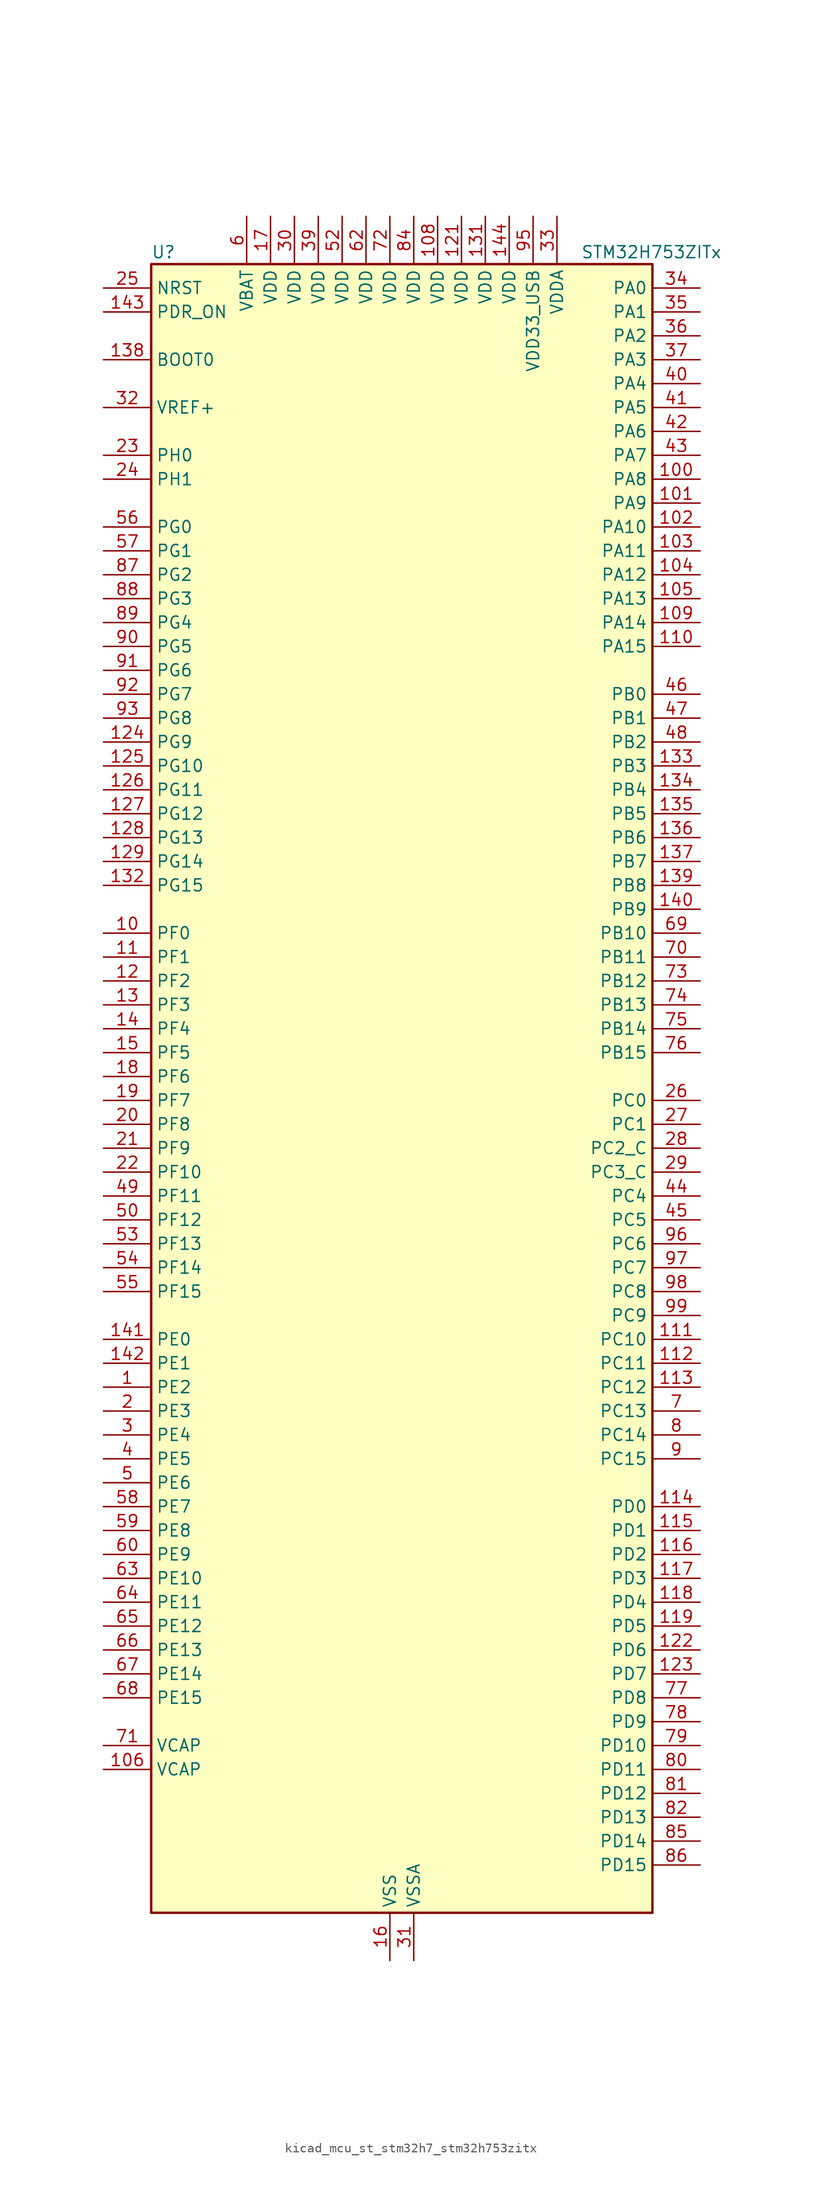
<source format=kicad_sym>
(kicad_symbol_lib
  (version 20220914)
  (generator kicad_symbol_editor)
  (symbol "kicad_mcu_st_stm32h7_stm32h753zitx"
    (property "Reference" "U"
      (at -25.4 90.17 0)
      (effects (font (size 1.27 1.27)) (justify left)))
    (property "Value" "STM32H753ZITx"
      (at 20.32 90.17 0)
      (effects (font (size 1.27 1.27)) (justify left)))
    (property "ki_locked" ""
      (at 0 0 0)
      (effects (font (size 1.27 1.27))))
    (symbol "kicad_mcu_st_stm32h7_stm32h753zitx_0_1"
      (rectangle (start -25.4 -86.36) (end 27.94 88.9) (stroke (width 0.254) (type default)) (fill (type background))))
    (symbol "kicad_mcu_st_stm32h7_stm32h753zitx_1_1"
      (pin bidirectional line (at -30.48 -30.48 0) (length 5.08) (name "PE2" (effects (font (size 1.27 1.27)))) (number "1" (effects (font (size 1.27 1.27)))) (alternate "DEBUG_TRACECLK" bidirectional line) (alternate "ETH_TXD3" bidirectional line) (alternate "FMC_A23" bidirectional line) (alternate "QUADSPI_BK1_IO2" bidirectional line) (alternate "SAI1_CK1" bidirectional line) (alternate "SAI1_MCLK_A" bidirectional line) (alternate "SAI4_CK1" bidirectional line) (alternate "SAI4_MCLK_A" bidirectional line) (alternate "SPI4_SCK" bidirectional line))
      (pin bidirectional line (at -30.48 17.78 0) (length 5.08) (name "PF0" (effects (font (size 1.27 1.27)))) (number "10" (effects (font (size 1.27 1.27)))) (alternate "FMC_A0" bidirectional line) (alternate "I2C2_SDA" bidirectional line))
      (pin bidirectional line (at 33.02 66.04 180) (length 5.08) (name "PA8" (effects (font (size 1.27 1.27)))) (number "100" (effects (font (size 1.27 1.27)))) (alternate "HRTIM_CHB2" bidirectional line) (alternate "I2C3_SCL" bidirectional line) (alternate "LTDC_B3" bidirectional line) (alternate "LTDC_R6" bidirectional line) (alternate "RCC_MCO_1" bidirectional line) (alternate "TIM1_CH1" bidirectional line) (alternate "TIM8_BKIN2" bidirectional line) (alternate "TIM8_BKIN2_COMP1" bidirectional line) (alternate "TIM8_BKIN2_COMP2" bidirectional line) (alternate "UART7_RX" bidirectional line) (alternate "USART1_CK" bidirectional line) (alternate "USB_OTG_FS_SOF" bidirectional line))
      (pin bidirectional line (at 33.02 63.5 180) (length 5.08) (name "PA9" (effects (font (size 1.27 1.27)))) (number "101" (effects (font (size 1.27 1.27)))) (alternate "DAC1_EXTI9" bidirectional line) (alternate "DCMI_D0" bidirectional line) (alternate "HRTIM_CHC1" bidirectional line) (alternate "I2C3_SMBA" bidirectional line) (alternate "I2S2_CK" bidirectional line) (alternate "LPUART1_TX" bidirectional line) (alternate "LTDC_R5" bidirectional line) (alternate "SPI2_SCK" bidirectional line) (alternate "TIM1_CH2" bidirectional line) (alternate "USART1_TX" bidirectional line) (alternate "USB_OTG_FS_VBUS" bidirectional line))
      (pin bidirectional line (at 33.02 60.96 180) (length 5.08) (name "PA10" (effects (font (size 1.27 1.27)))) (number "102" (effects (font (size 1.27 1.27)))) (alternate "DCMI_D1" bidirectional line) (alternate "HRTIM_CHC2" bidirectional line) (alternate "LPUART1_RX" bidirectional line) (alternate "LTDC_B1" bidirectional line) (alternate "LTDC_B4" bidirectional line) (alternate "MDIOS_MDIO" bidirectional line) (alternate "TIM1_CH3" bidirectional line) (alternate "USART1_RX" bidirectional line) (alternate "USB_OTG_FS_ID" bidirectional line))
      (pin bidirectional line (at 33.02 58.42 180) (length 5.08) (name "PA11" (effects (font (size 1.27 1.27)))) (number "103" (effects (font (size 1.27 1.27)))) (alternate "ADC1_EXTI11" bidirectional line) (alternate "ADC2_EXTI11" bidirectional line) (alternate "ADC3_EXTI11" bidirectional line) (alternate "FDCAN1_RX" bidirectional line) (alternate "HRTIM_CHD1" bidirectional line) (alternate "I2S2_WS" bidirectional line) (alternate "LPUART1_CTS" bidirectional line) (alternate "LTDC_R4" bidirectional line) (alternate "SPI2_NSS" bidirectional line) (alternate "TIM1_CH4" bidirectional line) (alternate "UART4_RX" bidirectional line) (alternate "USART1_CTS" bidirectional line) (alternate "USART1_NSS" bidirectional line) (alternate "USB_OTG_FS_DM" bidirectional line))
      (pin bidirectional line (at 33.02 55.88 180) (length 5.08) (name "PA12" (effects (font (size 1.27 1.27)))) (number "104" (effects (font (size 1.27 1.27)))) (alternate "FDCAN1_TX" bidirectional line) (alternate "HRTIM_CHD2" bidirectional line) (alternate "I2S2_CK" bidirectional line) (alternate "LPUART1_DE" bidirectional line) (alternate "LPUART1_RTS" bidirectional line) (alternate "LTDC_R5" bidirectional line) (alternate "SAI2_FS_B" bidirectional line) (alternate "SPI2_SCK" bidirectional line) (alternate "TIM1_ETR" bidirectional line) (alternate "UART4_TX" bidirectional line) (alternate "USART1_DE" bidirectional line) (alternate "USART1_RTS" bidirectional line) (alternate "USB_OTG_FS_DP" bidirectional line))
      (pin bidirectional line (at 33.02 53.34 180) (length 5.08) (name "PA13" (effects (font (size 1.27 1.27)))) (number "105" (effects (font (size 1.27 1.27)))) (alternate "DEBUG_JTMS-SWDIO" bidirectional line))
      (pin power_out line (at -30.48 -71.12 0) (length 5.08) (name "VCAP" (effects (font (size 1.27 1.27)))) (number "106" (effects (font (size 1.27 1.27)))))
      (pin passive line (at 0 -91.44 90) (length 5.08) hide (name "VSS" (effects (font (size 1.27 1.27)))) (number "107" (effects (font (size 1.27 1.27)))))
      (pin power_in line (at 5.08 93.98 270) (length 5.08) (name "VDD" (effects (font (size 1.27 1.27)))) (number "108" (effects (font (size 1.27 1.27)))))
      (pin bidirectional line (at 33.02 50.8 180) (length 5.08) (name "PA14" (effects (font (size 1.27 1.27)))) (number "109" (effects (font (size 1.27 1.27)))) (alternate "DEBUG_JTCK-SWCLK" bidirectional line))
      (pin bidirectional line (at -30.48 15.24 0) (length 5.08) (name "PF1" (effects (font (size 1.27 1.27)))) (number "11" (effects (font (size 1.27 1.27)))) (alternate "FMC_A1" bidirectional line) (alternate "I2C2_SCL" bidirectional line))
      (pin bidirectional line (at 33.02 48.26 180) (length 5.08) (name "PA15" (effects (font (size 1.27 1.27)))) (number "110" (effects (font (size 1.27 1.27)))) (alternate "ADC1_EXTI15" bidirectional line) (alternate "ADC2_EXTI15" bidirectional line) (alternate "ADC3_EXTI15" bidirectional line) (alternate "CEC" bidirectional line) (alternate "DEBUG_JTDI" bidirectional line) (alternate "HRTIM_FLT1" bidirectional line) (alternate "I2S1_WS" bidirectional line) (alternate "I2S3_WS" bidirectional line) (alternate "SPI1_NSS" bidirectional line) (alternate "SPI3_NSS" bidirectional line) (alternate "SPI6_NSS" bidirectional line) (alternate "TIM2_CH1" bidirectional line) (alternate "TIM2_ETR" bidirectional line) (alternate "UART4_DE" bidirectional line) (alternate "UART4_RTS" bidirectional line) (alternate "UART7_TX" bidirectional line))
      (pin bidirectional line (at 33.02 -25.4 180) (length 5.08) (name "PC10" (effects (font (size 1.27 1.27)))) (number "111" (effects (font (size 1.27 1.27)))) (alternate "DCMI_D8" bidirectional line) (alternate "DFSDM1_CKIN5" bidirectional line) (alternate "HRTIM_EEV1" bidirectional line) (alternate "I2S3_CK" bidirectional line) (alternate "LTDC_R2" bidirectional line) (alternate "QUADSPI_BK1_IO1" bidirectional line) (alternate "SDMMC1_D2" bidirectional line) (alternate "SPI3_SCK" bidirectional line) (alternate "UART4_TX" bidirectional line) (alternate "USART3_TX" bidirectional line))
      (pin bidirectional line (at 33.02 -27.94 180) (length 5.08) (name "PC11" (effects (font (size 1.27 1.27)))) (number "112" (effects (font (size 1.27 1.27)))) (alternate "ADC1_EXTI11" bidirectional line) (alternate "ADC2_EXTI11" bidirectional line) (alternate "ADC3_EXTI11" bidirectional line) (alternate "DCMI_D4" bidirectional line) (alternate "DFSDM1_DATIN5" bidirectional line) (alternate "HRTIM_FLT2" bidirectional line) (alternate "I2S3_SDI" bidirectional line) (alternate "QUADSPI_BK2_NCS" bidirectional line) (alternate "SDMMC1_D3" bidirectional line) (alternate "SPI3_MISO" bidirectional line) (alternate "UART4_RX" bidirectional line) (alternate "USART3_RX" bidirectional line))
      (pin bidirectional line (at 33.02 -30.48 180) (length 5.08) (name "PC12" (effects (font (size 1.27 1.27)))) (number "113" (effects (font (size 1.27 1.27)))) (alternate "DCMI_D9" bidirectional line) (alternate "DEBUG_TRACED3" bidirectional line) (alternate "HRTIM_EEV2" bidirectional line) (alternate "I2S3_SDO" bidirectional line) (alternate "SDMMC1_CK" bidirectional line) (alternate "SPI3_MOSI" bidirectional line) (alternate "UART5_TX" bidirectional line) (alternate "USART3_CK" bidirectional line))
      (pin bidirectional line (at 33.02 -43.18 180) (length 5.08) (name "PD0" (effects (font (size 1.27 1.27)))) (number "114" (effects (font (size 1.27 1.27)))) (alternate "DFSDM1_CKIN6" bidirectional line) (alternate "FDCAN1_RX" bidirectional line) (alternate "FMC_D2" bidirectional line) (alternate "FMC_DA2" bidirectional line) (alternate "SAI3_SCK_A" bidirectional line) (alternate "UART4_RX" bidirectional line))
      (pin bidirectional line (at 33.02 -45.72 180) (length 5.08) (name "PD1" (effects (font (size 1.27 1.27)))) (number "115" (effects (font (size 1.27 1.27)))) (alternate "DFSDM1_DATIN6" bidirectional line) (alternate "FDCAN1_TX" bidirectional line) (alternate "FMC_D3" bidirectional line) (alternate "FMC_DA3" bidirectional line) (alternate "SAI3_SD_A" bidirectional line) (alternate "UART4_TX" bidirectional line))
      (pin bidirectional line (at 33.02 -48.26 180) (length 5.08) (name "PD2" (effects (font (size 1.27 1.27)))) (number "116" (effects (font (size 1.27 1.27)))) (alternate "DCMI_D11" bidirectional line) (alternate "DEBUG_TRACED2" bidirectional line) (alternate "SDMMC1_CMD" bidirectional line) (alternate "TIM3_ETR" bidirectional line) (alternate "UART5_RX" bidirectional line))
      (pin bidirectional line (at 33.02 -50.8 180) (length 5.08) (name "PD3" (effects (font (size 1.27 1.27)))) (number "117" (effects (font (size 1.27 1.27)))) (alternate "DCMI_D5" bidirectional line) (alternate "DFSDM1_CKOUT" bidirectional line) (alternate "FMC_CLK" bidirectional line) (alternate "I2S2_CK" bidirectional line) (alternate "LTDC_G7" bidirectional line) (alternate "SPI2_SCK" bidirectional line) (alternate "USART2_CTS" bidirectional line) (alternate "USART2_NSS" bidirectional line))
      (pin bidirectional line (at 33.02 -53.34 180) (length 5.08) (name "PD4" (effects (font (size 1.27 1.27)))) (number "118" (effects (font (size 1.27 1.27)))) (alternate "FMC_NOE" bidirectional line) (alternate "HRTIM_FLT3" bidirectional line) (alternate "SAI3_FS_A" bidirectional line) (alternate "USART2_DE" bidirectional line) (alternate "USART2_RTS" bidirectional line))
      (pin bidirectional line (at 33.02 -55.88 180) (length 5.08) (name "PD5" (effects (font (size 1.27 1.27)))) (number "119" (effects (font (size 1.27 1.27)))) (alternate "FMC_NWE" bidirectional line) (alternate "HRTIM_EEV3" bidirectional line) (alternate "USART2_TX" bidirectional line))
      (pin bidirectional line (at -30.48 12.7 0) (length 5.08) (name "PF2" (effects (font (size 1.27 1.27)))) (number "12" (effects (font (size 1.27 1.27)))) (alternate "FMC_A2" bidirectional line) (alternate "I2C2_SMBA" bidirectional line))
      (pin passive line (at 0 -91.44 90) (length 5.08) hide (name "VSS" (effects (font (size 1.27 1.27)))) (number "120" (effects (font (size 1.27 1.27)))))
      (pin power_in line (at 7.62 93.98 270) (length 5.08) (name "VDD" (effects (font (size 1.27 1.27)))) (number "121" (effects (font (size 1.27 1.27)))))
      (pin bidirectional line (at 33.02 -58.42 180) (length 5.08) (name "PD6" (effects (font (size 1.27 1.27)))) (number "122" (effects (font (size 1.27 1.27)))) (alternate "DCMI_D10" bidirectional line) (alternate "DFSDM1_CKIN4" bidirectional line) (alternate "DFSDM1_DATIN1" bidirectional line) (alternate "FMC_NWAIT" bidirectional line) (alternate "I2S3_SDO" bidirectional line) (alternate "LTDC_B2" bidirectional line) (alternate "SAI1_D1" bidirectional line) (alternate "SAI1_SD_A" bidirectional line) (alternate "SAI4_D1" bidirectional line) (alternate "SAI4_SD_A" bidirectional line) (alternate "SDMMC2_CK" bidirectional line) (alternate "SPI3_MOSI" bidirectional line) (alternate "USART2_RX" bidirectional line))
      (pin bidirectional line (at 33.02 -60.96 180) (length 5.08) (name "PD7" (effects (font (size 1.27 1.27)))) (number "123" (effects (font (size 1.27 1.27)))) (alternate "DFSDM1_CKIN1" bidirectional line) (alternate "DFSDM1_DATIN4" bidirectional line) (alternate "FMC_NE1" bidirectional line) (alternate "I2S1_SDO" bidirectional line) (alternate "SDMMC2_CMD" bidirectional line) (alternate "SPDIFRX1_IN0" bidirectional line) (alternate "SPI1_MOSI" bidirectional line) (alternate "USART2_CK" bidirectional line))
      (pin bidirectional line (at -30.48 38.1 0) (length 5.08) (name "PG9" (effects (font (size 1.27 1.27)))) (number "124" (effects (font (size 1.27 1.27)))) (alternate "DAC1_EXTI9" bidirectional line) (alternate "DCMI_VSYNC" bidirectional line) (alternate "FMC_NCE" bidirectional line) (alternate "FMC_NE2" bidirectional line) (alternate "I2S1_SDI" bidirectional line) (alternate "QUADSPI_BK2_IO2" bidirectional line) (alternate "SAI2_FS_B" bidirectional line) (alternate "SPDIFRX1_IN3" bidirectional line) (alternate "SPI1_MISO" bidirectional line) (alternate "USART6_RX" bidirectional line))
      (pin bidirectional line (at -30.48 35.56 0) (length 5.08) (name "PG10" (effects (font (size 1.27 1.27)))) (number "125" (effects (font (size 1.27 1.27)))) (alternate "DCMI_D2" bidirectional line) (alternate "FMC_NE3" bidirectional line) (alternate "HRTIM_FLT5" bidirectional line) (alternate "I2S1_WS" bidirectional line) (alternate "LTDC_B2" bidirectional line) (alternate "LTDC_G3" bidirectional line) (alternate "SAI2_SD_B" bidirectional line) (alternate "SPI1_NSS" bidirectional line))
      (pin bidirectional line (at -30.48 33.02 0) (length 5.08) (name "PG11" (effects (font (size 1.27 1.27)))) (number "126" (effects (font (size 1.27 1.27)))) (alternate "ADC1_EXTI11" bidirectional line) (alternate "ADC2_EXTI11" bidirectional line) (alternate "ADC3_EXTI11" bidirectional line) (alternate "DCMI_D3" bidirectional line) (alternate "ETH_TX_EN" bidirectional line) (alternate "HRTIM_EEV4" bidirectional line) (alternate "I2S1_CK" bidirectional line) (alternate "LPTIM1_IN2" bidirectional line) (alternate "LTDC_B3" bidirectional line) (alternate "SDMMC2_D2" bidirectional line) (alternate "SPDIFRX1_IN0" bidirectional line) (alternate "SPI1_SCK" bidirectional line))
      (pin bidirectional line (at -30.48 30.48 0) (length 5.08) (name "PG12" (effects (font (size 1.27 1.27)))) (number "127" (effects (font (size 1.27 1.27)))) (alternate "ETH_TXD1" bidirectional line) (alternate "FMC_NE4" bidirectional line) (alternate "HRTIM_EEV5" bidirectional line) (alternate "LPTIM1_IN1" bidirectional line) (alternate "LTDC_B1" bidirectional line) (alternate "LTDC_B4" bidirectional line) (alternate "SPDIFRX1_IN1" bidirectional line) (alternate "SPI6_MISO" bidirectional line) (alternate "USART6_DE" bidirectional line) (alternate "USART6_RTS" bidirectional line))
      (pin bidirectional line (at -30.48 27.94 0) (length 5.08) (name "PG13" (effects (font (size 1.27 1.27)))) (number "128" (effects (font (size 1.27 1.27)))) (alternate "DEBUG_TRACED0" bidirectional line) (alternate "ETH_TXD0" bidirectional line) (alternate "FMC_A24" bidirectional line) (alternate "HRTIM_EEV10" bidirectional line) (alternate "LPTIM1_OUT" bidirectional line) (alternate "LTDC_R0" bidirectional line) (alternate "SPI6_SCK" bidirectional line) (alternate "USART6_CTS" bidirectional line) (alternate "USART6_NSS" bidirectional line))
      (pin bidirectional line (at -30.48 25.4 0) (length 5.08) (name "PG14" (effects (font (size 1.27 1.27)))) (number "129" (effects (font (size 1.27 1.27)))) (alternate "DEBUG_TRACED1" bidirectional line) (alternate "ETH_TXD1" bidirectional line) (alternate "FMC_A25" bidirectional line) (alternate "LPTIM1_ETR" bidirectional line) (alternate "LTDC_B0" bidirectional line) (alternate "QUADSPI_BK2_IO3" bidirectional line) (alternate "SPI6_MOSI" bidirectional line) (alternate "USART6_TX" bidirectional line))
      (pin bidirectional line (at -30.48 10.16 0) (length 5.08) (name "PF3" (effects (font (size 1.27 1.27)))) (number "13" (effects (font (size 1.27 1.27)))) (alternate "ADC3_INP5" bidirectional line) (alternate "FMC_A3" bidirectional line))
      (pin passive line (at 0 -91.44 90) (length 5.08) hide (name "VSS" (effects (font (size 1.27 1.27)))) (number "130" (effects (font (size 1.27 1.27)))))
      (pin power_in line (at 10.16 93.98 270) (length 5.08) (name "VDD" (effects (font (size 1.27 1.27)))) (number "131" (effects (font (size 1.27 1.27)))))
      (pin bidirectional line (at -30.48 22.86 0) (length 5.08) (name "PG15" (effects (font (size 1.27 1.27)))) (number "132" (effects (font (size 1.27 1.27)))) (alternate "ADC1_EXTI15" bidirectional line) (alternate "ADC2_EXTI15" bidirectional line) (alternate "ADC3_EXTI15" bidirectional line) (alternate "DCMI_D13" bidirectional line) (alternate "FMC_SDNCAS" bidirectional line) (alternate "USART6_CTS" bidirectional line) (alternate "USART6_NSS" bidirectional line))
      (pin bidirectional line (at 33.02 35.56 180) (length 5.08) (name "PB3" (effects (font (size 1.27 1.27)))) (number "133" (effects (font (size 1.27 1.27)))) (alternate "CRS_SYNC" bidirectional line) (alternate "DEBUG_JTDO-SWO" bidirectional line) (alternate "HRTIM_FLT4" bidirectional line) (alternate "I2S1_CK" bidirectional line) (alternate "I2S3_CK" bidirectional line) (alternate "SDMMC2_D2" bidirectional line) (alternate "SPI1_SCK" bidirectional line) (alternate "SPI3_SCK" bidirectional line) (alternate "SPI6_SCK" bidirectional line) (alternate "TIM2_CH2" bidirectional line) (alternate "UART7_RX" bidirectional line))
      (pin bidirectional line (at 33.02 33.02 180) (length 5.08) (name "PB4" (effects (font (size 1.27 1.27)))) (number "134" (effects (font (size 1.27 1.27)))) (alternate "DEBUG_JTRST" bidirectional line) (alternate "HRTIM_EEV6" bidirectional line) (alternate "I2S1_SDI" bidirectional line) (alternate "I2S2_WS" bidirectional line) (alternate "I2S3_SDI" bidirectional line) (alternate "SDMMC2_D3" bidirectional line) (alternate "SPI1_MISO" bidirectional line) (alternate "SPI2_NSS" bidirectional line) (alternate "SPI3_MISO" bidirectional line) (alternate "SPI6_MISO" bidirectional line) (alternate "TIM16_BKIN" bidirectional line) (alternate "TIM3_CH1" bidirectional line) (alternate "UART7_TX" bidirectional line))
      (pin bidirectional line (at 33.02 30.48 180) (length 5.08) (name "PB5" (effects (font (size 1.27 1.27)))) (number "135" (effects (font (size 1.27 1.27)))) (alternate "DCMI_D10" bidirectional line) (alternate "ETH_PPS_OUT" bidirectional line) (alternate "FDCAN2_RX" bidirectional line) (alternate "FMC_SDCKE1" bidirectional line) (alternate "HRTIM_EEV7" bidirectional line) (alternate "I2C1_SMBA" bidirectional line) (alternate "I2C4_SMBA" bidirectional line) (alternate "I2S1_SDO" bidirectional line) (alternate "I2S3_SDO" bidirectional line) (alternate "SPI1_MOSI" bidirectional line) (alternate "SPI3_MOSI" bidirectional line) (alternate "SPI6_MOSI" bidirectional line) (alternate "TIM17_BKIN" bidirectional line) (alternate "TIM3_CH2" bidirectional line) (alternate "UART5_RX" bidirectional line) (alternate "USB_OTG_HS_ULPI_D7" bidirectional line))
      (pin bidirectional line (at 33.02 27.94 180) (length 5.08) (name "PB6" (effects (font (size 1.27 1.27)))) (number "136" (effects (font (size 1.27 1.27)))) (alternate "CEC" bidirectional line) (alternate "DCMI_D5" bidirectional line) (alternate "DFSDM1_DATIN5" bidirectional line) (alternate "FDCAN2_TX" bidirectional line) (alternate "FMC_SDNE1" bidirectional line) (alternate "HRTIM_EEV8" bidirectional line) (alternate "I2C1_SCL" bidirectional line) (alternate "I2C4_SCL" bidirectional line) (alternate "LPUART1_TX" bidirectional line) (alternate "QUADSPI_BK1_NCS" bidirectional line) (alternate "TIM16_CH1N" bidirectional line) (alternate "TIM4_CH1" bidirectional line) (alternate "UART5_TX" bidirectional line) (alternate "USART1_TX" bidirectional line))
      (pin bidirectional line (at 33.02 25.4 180) (length 5.08) (name "PB7" (effects (font (size 1.27 1.27)))) (number "137" (effects (font (size 1.27 1.27)))) (alternate "DCMI_VSYNC" bidirectional line) (alternate "DFSDM1_CKIN5" bidirectional line) (alternate "FMC_NL" bidirectional line) (alternate "HRTIM_EEV9" bidirectional line) (alternate "I2C1_SDA" bidirectional line) (alternate "I2C4_SDA" bidirectional line) (alternate "LPUART1_RX" bidirectional line) (alternate "PWR_PVD_IN" bidirectional line) (alternate "TIM17_CH1N" bidirectional line) (alternate "TIM4_CH2" bidirectional line) (alternate "USART1_RX" bidirectional line))
      (pin input line (at -30.48 78.74 0) (length 5.08) (name "BOOT0" (effects (font (size 1.27 1.27)))) (number "138" (effects (font (size 1.27 1.27)))))
      (pin bidirectional line (at 33.02 22.86 180) (length 5.08) (name "PB8" (effects (font (size 1.27 1.27)))) (number "139" (effects (font (size 1.27 1.27)))) (alternate "DCMI_D6" bidirectional line) (alternate "DFSDM1_CKIN7" bidirectional line) (alternate "ETH_TXD3" bidirectional line) (alternate "FDCAN1_RX" bidirectional line) (alternate "I2C1_SCL" bidirectional line) (alternate "I2C4_SCL" bidirectional line) (alternate "LTDC_B6" bidirectional line) (alternate "SDMMC1_CKIN" bidirectional line) (alternate "SDMMC1_D4" bidirectional line) (alternate "SDMMC2_D4" bidirectional line) (alternate "TIM16_CH1" bidirectional line) (alternate "TIM4_CH3" bidirectional line) (alternate "UART4_RX" bidirectional line))
      (pin bidirectional line (at -30.48 7.62 0) (length 5.08) (name "PF4" (effects (font (size 1.27 1.27)))) (number "14" (effects (font (size 1.27 1.27)))) (alternate "ADC3_INN5" bidirectional line) (alternate "ADC3_INP9" bidirectional line) (alternate "FMC_A4" bidirectional line))
      (pin bidirectional line (at 33.02 20.32 180) (length 5.08) (name "PB9" (effects (font (size 1.27 1.27)))) (number "140" (effects (font (size 1.27 1.27)))) (alternate "DAC1_EXTI9" bidirectional line) (alternate "DCMI_D7" bidirectional line) (alternate "DFSDM1_DATIN7" bidirectional line) (alternate "FDCAN1_TX" bidirectional line) (alternate "I2C1_SDA" bidirectional line) (alternate "I2C4_SDA" bidirectional line) (alternate "I2C4_SMBA" bidirectional line) (alternate "I2S2_WS" bidirectional line) (alternate "LTDC_B7" bidirectional line) (alternate "SDMMC1_CDIR" bidirectional line) (alternate "SDMMC1_D5" bidirectional line) (alternate "SDMMC2_D5" bidirectional line) (alternate "SPI2_NSS" bidirectional line) (alternate "TIM17_CH1" bidirectional line) (alternate "TIM4_CH4" bidirectional line) (alternate "UART4_TX" bidirectional line))
      (pin bidirectional line (at -30.48 -25.4 0) (length 5.08) (name "PE0" (effects (font (size 1.27 1.27)))) (number "141" (effects (font (size 1.27 1.27)))) (alternate "DCMI_D2" bidirectional line) (alternate "FMC_NBL0" bidirectional line) (alternate "HRTIM_SCIN" bidirectional line) (alternate "LPTIM1_ETR" bidirectional line) (alternate "LPTIM2_ETR" bidirectional line) (alternate "SAI2_MCLK_A" bidirectional line) (alternate "TIM4_ETR" bidirectional line) (alternate "UART8_RX" bidirectional line))
      (pin bidirectional line (at -30.48 -27.94 0) (length 5.08) (name "PE1" (effects (font (size 1.27 1.27)))) (number "142" (effects (font (size 1.27 1.27)))) (alternate "DCMI_D3" bidirectional line) (alternate "FMC_NBL1" bidirectional line) (alternate "HRTIM_SCOUT" bidirectional line) (alternate "LPTIM1_IN2" bidirectional line) (alternate "UART8_TX" bidirectional line))
      (pin input line (at -30.48 83.82 0) (length 5.08) (name "PDR_ON" (effects (font (size 1.27 1.27)))) (number "143" (effects (font (size 1.27 1.27)))))
      (pin power_in line (at 12.7 93.98 270) (length 5.08) (name "VDD" (effects (font (size 1.27 1.27)))) (number "144" (effects (font (size 1.27 1.27)))))
      (pin bidirectional line (at -30.48 5.08 0) (length 5.08) (name "PF5" (effects (font (size 1.27 1.27)))) (number "15" (effects (font (size 1.27 1.27)))) (alternate "ADC3_INP4" bidirectional line) (alternate "FMC_A5" bidirectional line))
      (pin power_in line (at 0 -91.44 90) (length 5.08) (name "VSS" (effects (font (size 1.27 1.27)))) (number "16" (effects (font (size 1.27 1.27)))))
      (pin power_in line (at -12.7 93.98 270) (length 5.08) (name "VDD" (effects (font (size 1.27 1.27)))) (number "17" (effects (font (size 1.27 1.27)))))
      (pin bidirectional line (at -30.48 2.54 0) (length 5.08) (name "PF6" (effects (font (size 1.27 1.27)))) (number "18" (effects (font (size 1.27 1.27)))) (alternate "ADC3_INN4" bidirectional line) (alternate "ADC3_INP8" bidirectional line) (alternate "QUADSPI_BK1_IO3" bidirectional line) (alternate "SAI1_SD_B" bidirectional line) (alternate "SAI4_SD_B" bidirectional line) (alternate "SPI5_NSS" bidirectional line) (alternate "TIM16_CH1" bidirectional line) (alternate "UART7_RX" bidirectional line))
      (pin bidirectional line (at -30.48 0 0) (length 5.08) (name "PF7" (effects (font (size 1.27 1.27)))) (number "19" (effects (font (size 1.27 1.27)))) (alternate "ADC3_INP3" bidirectional line) (alternate "QUADSPI_BK1_IO2" bidirectional line) (alternate "SAI1_MCLK_B" bidirectional line) (alternate "SAI4_MCLK_B" bidirectional line) (alternate "SPI5_SCK" bidirectional line) (alternate "TIM17_CH1" bidirectional line) (alternate "UART7_TX" bidirectional line))
      (pin bidirectional line (at -30.48 -33.02 0) (length 5.08) (name "PE3" (effects (font (size 1.27 1.27)))) (number "2" (effects (font (size 1.27 1.27)))) (alternate "DEBUG_TRACED0" bidirectional line) (alternate "FMC_A19" bidirectional line) (alternate "SAI1_SD_B" bidirectional line) (alternate "SAI4_SD_B" bidirectional line) (alternate "TIM15_BKIN" bidirectional line))
      (pin bidirectional line (at -30.48 -2.54 0) (length 5.08) (name "PF8" (effects (font (size 1.27 1.27)))) (number "20" (effects (font (size 1.27 1.27)))) (alternate "ADC3_INN3" bidirectional line) (alternate "ADC3_INP7" bidirectional line) (alternate "QUADSPI_BK1_IO0" bidirectional line) (alternate "SAI1_SCK_B" bidirectional line) (alternate "SAI4_SCK_B" bidirectional line) (alternate "SPI5_MISO" bidirectional line) (alternate "TIM13_CH1" bidirectional line) (alternate "TIM16_CH1N" bidirectional line) (alternate "UART7_DE" bidirectional line) (alternate "UART7_RTS" bidirectional line))
      (pin bidirectional line (at -30.48 -5.08 0) (length 5.08) (name "PF9" (effects (font (size 1.27 1.27)))) (number "21" (effects (font (size 1.27 1.27)))) (alternate "ADC3_INP2" bidirectional line) (alternate "DAC1_EXTI9" bidirectional line) (alternate "QUADSPI_BK1_IO1" bidirectional line) (alternate "SAI1_FS_B" bidirectional line) (alternate "SAI4_FS_B" bidirectional line) (alternate "SPI5_MOSI" bidirectional line) (alternate "TIM14_CH1" bidirectional line) (alternate "TIM17_CH1N" bidirectional line) (alternate "UART7_CTS" bidirectional line))
      (pin bidirectional line (at -30.48 -7.62 0) (length 5.08) (name "PF10" (effects (font (size 1.27 1.27)))) (number "22" (effects (font (size 1.27 1.27)))) (alternate "ADC3_INN2" bidirectional line) (alternate "ADC3_INP6" bidirectional line) (alternate "DCMI_D11" bidirectional line) (alternate "LTDC_DE" bidirectional line) (alternate "QUADSPI_CLK" bidirectional line) (alternate "SAI1_D3" bidirectional line) (alternate "SAI4_D3" bidirectional line) (alternate "TIM16_BKIN" bidirectional line))
      (pin bidirectional line (at -30.48 68.58 0) (length 5.08) (name "PH0" (effects (font (size 1.27 1.27)))) (number "23" (effects (font (size 1.27 1.27)))) (alternate "RCC_OSC_IN" bidirectional line))
      (pin bidirectional line (at -30.48 66.04 0) (length 5.08) (name "PH1" (effects (font (size 1.27 1.27)))) (number "24" (effects (font (size 1.27 1.27)))) (alternate "RCC_OSC_OUT" bidirectional line))
      (pin input line (at -30.48 86.36 0) (length 5.08) (name "NRST" (effects (font (size 1.27 1.27)))) (number "25" (effects (font (size 1.27 1.27)))))
      (pin bidirectional line (at 33.02 0 180) (length 5.08) (name "PC0" (effects (font (size 1.27 1.27)))) (number "26" (effects (font (size 1.27 1.27)))) (alternate "ADC1_INP10" bidirectional line) (alternate "ADC2_INP10" bidirectional line) (alternate "ADC3_INP10" bidirectional line) (alternate "DFSDM1_CKIN0" bidirectional line) (alternate "DFSDM1_DATIN4" bidirectional line) (alternate "FMC_SDNWE" bidirectional line) (alternate "LTDC_R5" bidirectional line) (alternate "SAI2_FS_B" bidirectional line) (alternate "USB_OTG_HS_ULPI_STP" bidirectional line))
      (pin bidirectional line (at 33.02 -2.54 180) (length 5.08) (name "PC1" (effects (font (size 1.27 1.27)))) (number "27" (effects (font (size 1.27 1.27)))) (alternate "ADC1_INN10" bidirectional line) (alternate "ADC1_INP11" bidirectional line) (alternate "ADC2_INN10" bidirectional line) (alternate "ADC2_INP11" bidirectional line) (alternate "ADC3_INN10" bidirectional line) (alternate "ADC3_INP11" bidirectional line) (alternate "DEBUG_TRACED0" bidirectional line) (alternate "DFSDM1_CKIN4" bidirectional line) (alternate "DFSDM1_DATIN0" bidirectional line) (alternate "ETH_MDC" bidirectional line) (alternate "I2S2_SDO" bidirectional line) (alternate "MDIOS_MDC" bidirectional line) (alternate "PWR_WKUP5" bidirectional line) (alternate "RTC_TAMP3" bidirectional line) (alternate "SAI1_D1" bidirectional line) (alternate "SAI1_SD_A" bidirectional line) (alternate "SAI4_D1" bidirectional line) (alternate "SAI4_SD_A" bidirectional line) (alternate "SDMMC2_CK" bidirectional line) (alternate "SPI2_MOSI" bidirectional line))
      (pin bidirectional line (at 33.02 -5.08 180) (length 5.08) (name "PC2_C" (effects (font (size 1.27 1.27)))) (number "28" (effects (font (size 1.27 1.27)))) (alternate "ADC3_INN1" bidirectional line) (alternate "ADC3_INP0" bidirectional line) (alternate "DFSDM1_CKIN1" bidirectional line) (alternate "DFSDM1_CKOUT" bidirectional line) (alternate "ETH_TXD2" bidirectional line) (alternate "FMC_SDNE0" bidirectional line) (alternate "I2S2_SDI" bidirectional line) (alternate "PWR_CSTOP" bidirectional line) (alternate "SPI2_MISO" bidirectional line) (alternate "USB_OTG_HS_ULPI_DIR" bidirectional line))
      (pin bidirectional line (at 33.02 -7.62 180) (length 5.08) (name "PC3_C" (effects (font (size 1.27 1.27)))) (number "29" (effects (font (size 1.27 1.27)))) (alternate "ADC3_INP1" bidirectional line) (alternate "DFSDM1_DATIN1" bidirectional line) (alternate "ETH_TX_CLK" bidirectional line) (alternate "FMC_SDCKE0" bidirectional line) (alternate "I2S2_SDO" bidirectional line) (alternate "PWR_CSLEEP" bidirectional line) (alternate "SPI2_MOSI" bidirectional line) (alternate "USB_OTG_HS_ULPI_NXT" bidirectional line))
      (pin bidirectional line (at -30.48 -35.56 0) (length 5.08) (name "PE4" (effects (font (size 1.27 1.27)))) (number "3" (effects (font (size 1.27 1.27)))) (alternate "DCMI_D4" bidirectional line) (alternate "DEBUG_TRACED1" bidirectional line) (alternate "DFSDM1_DATIN3" bidirectional line) (alternate "FMC_A20" bidirectional line) (alternate "LTDC_B0" bidirectional line) (alternate "SAI1_D2" bidirectional line) (alternate "SAI1_FS_A" bidirectional line) (alternate "SAI4_D2" bidirectional line) (alternate "SAI4_FS_A" bidirectional line) (alternate "SPI4_NSS" bidirectional line) (alternate "TIM15_CH1N" bidirectional line))
      (pin power_in line (at -10.16 93.98 270) (length 5.08) (name "VDD" (effects (font (size 1.27 1.27)))) (number "30" (effects (font (size 1.27 1.27)))))
      (pin power_in line (at 2.54 -91.44 90) (length 5.08) (name "VSSA" (effects (font (size 1.27 1.27)))) (number "31" (effects (font (size 1.27 1.27)))))
      (pin input line (at -30.48 73.66 0) (length 5.08) (name "VREF+" (effects (font (size 1.27 1.27)))) (number "32" (effects (font (size 1.27 1.27)))) (alternate "VREFBUF_OUT" bidirectional line))
      (pin power_in line (at 17.78 93.98 270) (length 5.08) (name "VDDA" (effects (font (size 1.27 1.27)))) (number "33" (effects (font (size 1.27 1.27)))))
      (pin bidirectional line (at 33.02 86.36 180) (length 5.08) (name "PA0" (effects (font (size 1.27 1.27)))) (number "34" (effects (font (size 1.27 1.27)))) (alternate "ADC1_INP16" bidirectional line) (alternate "ETH_CRS" bidirectional line) (alternate "PWR_WKUP0" bidirectional line) (alternate "SAI2_SD_B" bidirectional line) (alternate "SDMMC2_CMD" bidirectional line) (alternate "TIM15_BKIN" bidirectional line) (alternate "TIM2_CH1" bidirectional line) (alternate "TIM2_ETR" bidirectional line) (alternate "TIM5_CH1" bidirectional line) (alternate "TIM8_ETR" bidirectional line) (alternate "UART4_TX" bidirectional line) (alternate "USART2_CTS" bidirectional line) (alternate "USART2_NSS" bidirectional line))
      (pin bidirectional line (at 33.02 83.82 180) (length 5.08) (name "PA1" (effects (font (size 1.27 1.27)))) (number "35" (effects (font (size 1.27 1.27)))) (alternate "ADC1_INN16" bidirectional line) (alternate "ADC1_INP17" bidirectional line) (alternate "ETH_REF_CLK" bidirectional line) (alternate "ETH_RX_CLK" bidirectional line) (alternate "LPTIM3_OUT" bidirectional line) (alternate "LTDC_R2" bidirectional line) (alternate "QUADSPI_BK1_IO3" bidirectional line) (alternate "SAI2_MCLK_B" bidirectional line) (alternate "TIM15_CH1N" bidirectional line) (alternate "TIM2_CH2" bidirectional line) (alternate "TIM5_CH2" bidirectional line) (alternate "UART4_RX" bidirectional line) (alternate "USART2_DE" bidirectional line) (alternate "USART2_RTS" bidirectional line))
      (pin bidirectional line (at 33.02 81.28 180) (length 5.08) (name "PA2" (effects (font (size 1.27 1.27)))) (number "36" (effects (font (size 1.27 1.27)))) (alternate "ADC1_INP14" bidirectional line) (alternate "ADC2_INP14" bidirectional line) (alternate "ETH_MDIO" bidirectional line) (alternate "LPTIM4_OUT" bidirectional line) (alternate "LTDC_R1" bidirectional line) (alternate "MDIOS_MDIO" bidirectional line) (alternate "PWR_WKUP1" bidirectional line) (alternate "SAI2_SCK_B" bidirectional line) (alternate "TIM15_CH1" bidirectional line) (alternate "TIM2_CH3" bidirectional line) (alternate "TIM5_CH3" bidirectional line) (alternate "USART2_TX" bidirectional line))
      (pin bidirectional line (at 33.02 78.74 180) (length 5.08) (name "PA3" (effects (font (size 1.27 1.27)))) (number "37" (effects (font (size 1.27 1.27)))) (alternate "ADC1_INP15" bidirectional line) (alternate "ADC2_INP15" bidirectional line) (alternate "ETH_COL" bidirectional line) (alternate "LPTIM5_OUT" bidirectional line) (alternate "LTDC_B2" bidirectional line) (alternate "LTDC_B5" bidirectional line) (alternate "TIM15_CH2" bidirectional line) (alternate "TIM2_CH4" bidirectional line) (alternate "TIM5_CH4" bidirectional line) (alternate "USART2_RX" bidirectional line) (alternate "USB_OTG_HS_ULPI_D0" bidirectional line))
      (pin passive line (at 0 -91.44 90) (length 5.08) hide (name "VSS" (effects (font (size 1.27 1.27)))) (number "38" (effects (font (size 1.27 1.27)))))
      (pin power_in line (at -7.62 93.98 270) (length 5.08) (name "VDD" (effects (font (size 1.27 1.27)))) (number "39" (effects (font (size 1.27 1.27)))))
      (pin bidirectional line (at -30.48 -38.1 0) (length 5.08) (name "PE5" (effects (font (size 1.27 1.27)))) (number "4" (effects (font (size 1.27 1.27)))) (alternate "DCMI_D6" bidirectional line) (alternate "DEBUG_TRACED2" bidirectional line) (alternate "DFSDM1_CKIN3" bidirectional line) (alternate "FMC_A21" bidirectional line) (alternate "LTDC_G0" bidirectional line) (alternate "SAI1_CK2" bidirectional line) (alternate "SAI1_SCK_A" bidirectional line) (alternate "SAI4_CK2" bidirectional line) (alternate "SAI4_SCK_A" bidirectional line) (alternate "SPI4_MISO" bidirectional line) (alternate "TIM15_CH1" bidirectional line))
      (pin bidirectional line (at 33.02 76.2 180) (length 5.08) (name "PA4" (effects (font (size 1.27 1.27)))) (number "40" (effects (font (size 1.27 1.27)))) (alternate "ADC1_INP18" bidirectional line) (alternate "ADC2_INP18" bidirectional line) (alternate "DAC1_OUT1" bidirectional line) (alternate "DCMI_HSYNC" bidirectional line) (alternate "I2S1_WS" bidirectional line) (alternate "I2S3_WS" bidirectional line) (alternate "LTDC_VSYNC" bidirectional line) (alternate "SPI1_NSS" bidirectional line) (alternate "SPI3_NSS" bidirectional line) (alternate "SPI6_NSS" bidirectional line) (alternate "TIM5_ETR" bidirectional line) (alternate "USART2_CK" bidirectional line) (alternate "USB_OTG_HS_SOF" bidirectional line))
      (pin bidirectional line (at 33.02 73.66 180) (length 5.08) (name "PA5" (effects (font (size 1.27 1.27)))) (number "41" (effects (font (size 1.27 1.27)))) (alternate "ADC1_INN18" bidirectional line) (alternate "ADC1_INP19" bidirectional line) (alternate "ADC2_INN18" bidirectional line) (alternate "ADC2_INP19" bidirectional line) (alternate "DAC1_OUT2" bidirectional line) (alternate "I2S1_CK" bidirectional line) (alternate "LTDC_R4" bidirectional line) (alternate "PWR_NDSTOP2" bidirectional line) (alternate "SPI1_SCK" bidirectional line) (alternate "SPI6_SCK" bidirectional line) (alternate "TIM2_CH1" bidirectional line) (alternate "TIM2_ETR" bidirectional line) (alternate "TIM8_CH1N" bidirectional line) (alternate "USB_OTG_HS_ULPI_CK" bidirectional line))
      (pin bidirectional line (at 33.02 71.12 180) (length 5.08) (name "PA6" (effects (font (size 1.27 1.27)))) (number "42" (effects (font (size 1.27 1.27)))) (alternate "ADC1_INP3" bidirectional line) (alternate "ADC2_INP3" bidirectional line) (alternate "DCMI_PIXCLK" bidirectional line) (alternate "I2S1_SDI" bidirectional line) (alternate "LTDC_G2" bidirectional line) (alternate "MDIOS_MDC" bidirectional line) (alternate "SPI1_MISO" bidirectional line) (alternate "SPI6_MISO" bidirectional line) (alternate "TIM13_CH1" bidirectional line) (alternate "TIM1_BKIN" bidirectional line) (alternate "TIM1_BKIN_COMP1" bidirectional line) (alternate "TIM1_BKIN_COMP2" bidirectional line) (alternate "TIM3_CH1" bidirectional line) (alternate "TIM8_BKIN" bidirectional line) (alternate "TIM8_BKIN_COMP1" bidirectional line) (alternate "TIM8_BKIN_COMP2" bidirectional line))
      (pin bidirectional line (at 33.02 68.58 180) (length 5.08) (name "PA7" (effects (font (size 1.27 1.27)))) (number "43" (effects (font (size 1.27 1.27)))) (alternate "ADC1_INN3" bidirectional line) (alternate "ADC1_INP7" bidirectional line) (alternate "ADC2_INN3" bidirectional line) (alternate "ADC2_INP7" bidirectional line) (alternate "ETH_CRS_DV" bidirectional line) (alternate "ETH_RX_DV" bidirectional line) (alternate "FMC_SDNWE" bidirectional line) (alternate "I2S1_SDO" bidirectional line) (alternate "OPAMP1_VINM" bidirectional line) (alternate "OPAMP1_VINM1" bidirectional line) (alternate "SPI1_MOSI" bidirectional line) (alternate "SPI6_MOSI" bidirectional line) (alternate "TIM14_CH1" bidirectional line) (alternate "TIM1_CH1N" bidirectional line) (alternate "TIM3_CH2" bidirectional line) (alternate "TIM8_CH1N" bidirectional line))
      (pin bidirectional line (at 33.02 -10.16 180) (length 5.08) (name "PC4" (effects (font (size 1.27 1.27)))) (number "44" (effects (font (size 1.27 1.27)))) (alternate "ADC1_INP4" bidirectional line) (alternate "ADC2_INP4" bidirectional line) (alternate "COMP1_INM" bidirectional line) (alternate "DFSDM1_CKIN2" bidirectional line) (alternate "ETH_RXD0" bidirectional line) (alternate "FMC_SDNE0" bidirectional line) (alternate "I2S1_MCK" bidirectional line) (alternate "OPAMP1_VOUT" bidirectional line) (alternate "SPDIFRX1_IN2" bidirectional line))
      (pin bidirectional line (at 33.02 -12.7 180) (length 5.08) (name "PC5" (effects (font (size 1.27 1.27)))) (number "45" (effects (font (size 1.27 1.27)))) (alternate "ADC1_INN4" bidirectional line) (alternate "ADC1_INP8" bidirectional line) (alternate "ADC2_INN4" bidirectional line) (alternate "ADC2_INP8" bidirectional line) (alternate "COMP1_OUT" bidirectional line) (alternate "DFSDM1_DATIN2" bidirectional line) (alternate "ETH_RXD1" bidirectional line) (alternate "FMC_SDCKE0" bidirectional line) (alternate "OPAMP1_VINM" bidirectional line) (alternate "OPAMP1_VINM0" bidirectional line) (alternate "SAI1_D3" bidirectional line) (alternate "SAI4_D3" bidirectional line) (alternate "SPDIFRX1_IN3" bidirectional line))
      (pin bidirectional line (at 33.02 43.18 180) (length 5.08) (name "PB0" (effects (font (size 1.27 1.27)))) (number "46" (effects (font (size 1.27 1.27)))) (alternate "ADC1_INN5" bidirectional line) (alternate "ADC1_INP9" bidirectional line) (alternate "ADC2_INN5" bidirectional line) (alternate "ADC2_INP9" bidirectional line) (alternate "COMP1_INP" bidirectional line) (alternate "DFSDM1_CKOUT" bidirectional line) (alternate "ETH_RXD2" bidirectional line) (alternate "LTDC_G1" bidirectional line) (alternate "LTDC_R3" bidirectional line) (alternate "OPAMP1_VINP" bidirectional line) (alternate "TIM1_CH2N" bidirectional line) (alternate "TIM3_CH3" bidirectional line) (alternate "TIM8_CH2N" bidirectional line) (alternate "UART4_CTS" bidirectional line) (alternate "USB_OTG_HS_ULPI_D1" bidirectional line))
      (pin bidirectional line (at 33.02 40.64 180) (length 5.08) (name "PB1" (effects (font (size 1.27 1.27)))) (number "47" (effects (font (size 1.27 1.27)))) (alternate "ADC1_INP5" bidirectional line) (alternate "ADC2_INP5" bidirectional line) (alternate "COMP1_INM" bidirectional line) (alternate "DFSDM1_DATIN1" bidirectional line) (alternate "ETH_RXD3" bidirectional line) (alternate "LTDC_G0" bidirectional line) (alternate "LTDC_R6" bidirectional line) (alternate "TIM1_CH3N" bidirectional line) (alternate "TIM3_CH4" bidirectional line) (alternate "TIM8_CH3N" bidirectional line) (alternate "USB_OTG_HS_ULPI_D2" bidirectional line))
      (pin bidirectional line (at 33.02 38.1 180) (length 5.08) (name "PB2" (effects (font (size 1.27 1.27)))) (number "48" (effects (font (size 1.27 1.27)))) (alternate "COMP1_INP" bidirectional line) (alternate "DFSDM1_CKIN1" bidirectional line) (alternate "I2S3_SDO" bidirectional line) (alternate "QUADSPI_CLK" bidirectional line) (alternate "RTC_OUT_ALARM" bidirectional line) (alternate "RTC_OUT_CALIB" bidirectional line) (alternate "SAI1_D1" bidirectional line) (alternate "SAI1_SD_A" bidirectional line) (alternate "SAI4_D1" bidirectional line) (alternate "SAI4_SD_A" bidirectional line) (alternate "SPI3_MOSI" bidirectional line))
      (pin bidirectional line (at -30.48 -10.16 0) (length 5.08) (name "PF11" (effects (font (size 1.27 1.27)))) (number "49" (effects (font (size 1.27 1.27)))) (alternate "ADC1_EXTI11" bidirectional line) (alternate "ADC1_INP2" bidirectional line) (alternate "ADC2_EXTI11" bidirectional line) (alternate "ADC3_EXTI11" bidirectional line) (alternate "DCMI_D12" bidirectional line) (alternate "FMC_SDNRAS" bidirectional line) (alternate "SAI2_SD_B" bidirectional line) (alternate "SPI5_MOSI" bidirectional line))
      (pin bidirectional line (at -30.48 -40.64 0) (length 5.08) (name "PE6" (effects (font (size 1.27 1.27)))) (number "5" (effects (font (size 1.27 1.27)))) (alternate "DCMI_D7" bidirectional line) (alternate "DEBUG_TRACED3" bidirectional line) (alternate "FMC_A22" bidirectional line) (alternate "LTDC_G1" bidirectional line) (alternate "SAI1_D1" bidirectional line) (alternate "SAI1_SD_A" bidirectional line) (alternate "SAI2_MCLK_B" bidirectional line) (alternate "SAI4_D1" bidirectional line) (alternate "SAI4_SD_A" bidirectional line) (alternate "SPI4_MOSI" bidirectional line) (alternate "TIM15_CH2" bidirectional line) (alternate "TIM1_BKIN2" bidirectional line) (alternate "TIM1_BKIN2_COMP1" bidirectional line) (alternate "TIM1_BKIN2_COMP2" bidirectional line))
      (pin bidirectional line (at -30.48 -12.7 0) (length 5.08) (name "PF12" (effects (font (size 1.27 1.27)))) (number "50" (effects (font (size 1.27 1.27)))) (alternate "ADC1_INN2" bidirectional line) (alternate "ADC1_INP6" bidirectional line) (alternate "FMC_A6" bidirectional line))
      (pin passive line (at 0 -91.44 90) (length 5.08) hide (name "VSS" (effects (font (size 1.27 1.27)))) (number "51" (effects (font (size 1.27 1.27)))))
      (pin power_in line (at -5.08 93.98 270) (length 5.08) (name "VDD" (effects (font (size 1.27 1.27)))) (number "52" (effects (font (size 1.27 1.27)))))
      (pin bidirectional line (at -30.48 -15.24 0) (length 5.08) (name "PF13" (effects (font (size 1.27 1.27)))) (number "53" (effects (font (size 1.27 1.27)))) (alternate "ADC2_INP2" bidirectional line) (alternate "DFSDM1_DATIN6" bidirectional line) (alternate "FMC_A7" bidirectional line) (alternate "I2C4_SMBA" bidirectional line))
      (pin bidirectional line (at -30.48 -17.78 0) (length 5.08) (name "PF14" (effects (font (size 1.27 1.27)))) (number "54" (effects (font (size 1.27 1.27)))) (alternate "ADC2_INN2" bidirectional line) (alternate "ADC2_INP6" bidirectional line) (alternate "DFSDM1_CKIN6" bidirectional line) (alternate "FMC_A8" bidirectional line) (alternate "I2C4_SCL" bidirectional line))
      (pin bidirectional line (at -30.48 -20.32 0) (length 5.08) (name "PF15" (effects (font (size 1.27 1.27)))) (number "55" (effects (font (size 1.27 1.27)))) (alternate "ADC1_EXTI15" bidirectional line) (alternate "ADC2_EXTI15" bidirectional line) (alternate "ADC3_EXTI15" bidirectional line) (alternate "FMC_A9" bidirectional line) (alternate "I2C4_SDA" bidirectional line))
      (pin bidirectional line (at -30.48 60.96 0) (length 5.08) (name "PG0" (effects (font (size 1.27 1.27)))) (number "56" (effects (font (size 1.27 1.27)))) (alternate "FMC_A10" bidirectional line))
      (pin bidirectional line (at -30.48 58.42 0) (length 5.08) (name "PG1" (effects (font (size 1.27 1.27)))) (number "57" (effects (font (size 1.27 1.27)))) (alternate "FMC_A11" bidirectional line) (alternate "OPAMP2_VINM" bidirectional line) (alternate "OPAMP2_VINM1" bidirectional line))
      (pin bidirectional line (at -30.48 -43.18 0) (length 5.08) (name "PE7" (effects (font (size 1.27 1.27)))) (number "58" (effects (font (size 1.27 1.27)))) (alternate "COMP2_INM" bidirectional line) (alternate "DFSDM1_DATIN2" bidirectional line) (alternate "FMC_D4" bidirectional line) (alternate "FMC_DA4" bidirectional line) (alternate "OPAMP2_VOUT" bidirectional line) (alternate "QUADSPI_BK2_IO0" bidirectional line) (alternate "TIM1_ETR" bidirectional line) (alternate "UART7_RX" bidirectional line))
      (pin bidirectional line (at -30.48 -45.72 0) (length 5.08) (name "PE8" (effects (font (size 1.27 1.27)))) (number "59" (effects (font (size 1.27 1.27)))) (alternate "COMP2_OUT" bidirectional line) (alternate "DFSDM1_CKIN2" bidirectional line) (alternate "FMC_D5" bidirectional line) (alternate "FMC_DA5" bidirectional line) (alternate "OPAMP2_VINM" bidirectional line) (alternate "OPAMP2_VINM0" bidirectional line) (alternate "QUADSPI_BK2_IO1" bidirectional line) (alternate "TIM1_CH1N" bidirectional line) (alternate "UART7_TX" bidirectional line))
      (pin power_in line (at -15.24 93.98 270) (length 5.08) (name "VBAT" (effects (font (size 1.27 1.27)))) (number "6" (effects (font (size 1.27 1.27)))))
      (pin bidirectional line (at -30.48 -48.26 0) (length 5.08) (name "PE9" (effects (font (size 1.27 1.27)))) (number "60" (effects (font (size 1.27 1.27)))) (alternate "COMP2_INP" bidirectional line) (alternate "DAC1_EXTI9" bidirectional line) (alternate "DFSDM1_CKOUT" bidirectional line) (alternate "FMC_D6" bidirectional line) (alternate "FMC_DA6" bidirectional line) (alternate "OPAMP2_VINP" bidirectional line) (alternate "QUADSPI_BK2_IO2" bidirectional line) (alternate "TIM1_CH1" bidirectional line) (alternate "UART7_DE" bidirectional line) (alternate "UART7_RTS" bidirectional line))
      (pin passive line (at 0 -91.44 90) (length 5.08) hide (name "VSS" (effects (font (size 1.27 1.27)))) (number "61" (effects (font (size 1.27 1.27)))))
      (pin power_in line (at -2.54 93.98 270) (length 5.08) (name "VDD" (effects (font (size 1.27 1.27)))) (number "62" (effects (font (size 1.27 1.27)))))
      (pin bidirectional line (at -30.48 -50.8 0) (length 5.08) (name "PE10" (effects (font (size 1.27 1.27)))) (number "63" (effects (font (size 1.27 1.27)))) (alternate "COMP2_INM" bidirectional line) (alternate "DFSDM1_DATIN4" bidirectional line) (alternate "FMC_D7" bidirectional line) (alternate "FMC_DA7" bidirectional line) (alternate "QUADSPI_BK2_IO3" bidirectional line) (alternate "TIM1_CH2N" bidirectional line) (alternate "UART7_CTS" bidirectional line))
      (pin bidirectional line (at -30.48 -53.34 0) (length 5.08) (name "PE11" (effects (font (size 1.27 1.27)))) (number "64" (effects (font (size 1.27 1.27)))) (alternate "ADC1_EXTI11" bidirectional line) (alternate "ADC2_EXTI11" bidirectional line) (alternate "ADC3_EXTI11" bidirectional line) (alternate "COMP2_INP" bidirectional line) (alternate "DFSDM1_CKIN4" bidirectional line) (alternate "FMC_D8" bidirectional line) (alternate "FMC_DA8" bidirectional line) (alternate "LTDC_G3" bidirectional line) (alternate "SAI2_SD_B" bidirectional line) (alternate "SPI4_NSS" bidirectional line) (alternate "TIM1_CH2" bidirectional line))
      (pin bidirectional line (at -30.48 -55.88 0) (length 5.08) (name "PE12" (effects (font (size 1.27 1.27)))) (number "65" (effects (font (size 1.27 1.27)))) (alternate "COMP1_OUT" bidirectional line) (alternate "DFSDM1_DATIN5" bidirectional line) (alternate "FMC_D9" bidirectional line) (alternate "FMC_DA9" bidirectional line) (alternate "LTDC_B4" bidirectional line) (alternate "SAI2_SCK_B" bidirectional line) (alternate "SPI4_SCK" bidirectional line) (alternate "TIM1_CH3N" bidirectional line))
      (pin bidirectional line (at -30.48 -58.42 0) (length 5.08) (name "PE13" (effects (font (size 1.27 1.27)))) (number "66" (effects (font (size 1.27 1.27)))) (alternate "COMP2_OUT" bidirectional line) (alternate "DFSDM1_CKIN5" bidirectional line) (alternate "FMC_D10" bidirectional line) (alternate "FMC_DA10" bidirectional line) (alternate "LTDC_DE" bidirectional line) (alternate "SAI2_FS_B" bidirectional line) (alternate "SPI4_MISO" bidirectional line) (alternate "TIM1_CH3" bidirectional line))
      (pin bidirectional line (at -30.48 -60.96 0) (length 5.08) (name "PE14" (effects (font (size 1.27 1.27)))) (number "67" (effects (font (size 1.27 1.27)))) (alternate "FMC_D11" bidirectional line) (alternate "FMC_DA11" bidirectional line) (alternate "LTDC_CLK" bidirectional line) (alternate "SAI2_MCLK_B" bidirectional line) (alternate "SPI4_MOSI" bidirectional line) (alternate "TIM1_CH4" bidirectional line))
      (pin bidirectional line (at -30.48 -63.5 0) (length 5.08) (name "PE15" (effects (font (size 1.27 1.27)))) (number "68" (effects (font (size 1.27 1.27)))) (alternate "ADC1_EXTI15" bidirectional line) (alternate "ADC2_EXTI15" bidirectional line) (alternate "ADC3_EXTI15" bidirectional line) (alternate "FMC_D12" bidirectional line) (alternate "FMC_DA12" bidirectional line) (alternate "LTDC_R7" bidirectional line) (alternate "TIM1_BKIN" bidirectional line) (alternate "TIM1_BKIN_COMP1" bidirectional line) (alternate "TIM1_BKIN_COMP2" bidirectional line))
      (pin bidirectional line (at 33.02 17.78 180) (length 5.08) (name "PB10" (effects (font (size 1.27 1.27)))) (number "69" (effects (font (size 1.27 1.27)))) (alternate "DFSDM1_DATIN7" bidirectional line) (alternate "ETH_RX_ER" bidirectional line) (alternate "HRTIM_SCOUT" bidirectional line) (alternate "I2C2_SCL" bidirectional line) (alternate "I2S2_CK" bidirectional line) (alternate "LPTIM2_IN1" bidirectional line) (alternate "LTDC_G4" bidirectional line) (alternate "QUADSPI_BK1_NCS" bidirectional line) (alternate "SPI2_SCK" bidirectional line) (alternate "TIM2_CH3" bidirectional line) (alternate "USART3_TX" bidirectional line) (alternate "USB_OTG_HS_ULPI_D3" bidirectional line))
      (pin bidirectional line (at 33.02 -33.02 180) (length 5.08) (name "PC13" (effects (font (size 1.27 1.27)))) (number "7" (effects (font (size 1.27 1.27)))) (alternate "PWR_WKUP2" bidirectional line) (alternate "RTC_OUT_ALARM" bidirectional line) (alternate "RTC_OUT_CALIB" bidirectional line) (alternate "RTC_TAMP1" bidirectional line) (alternate "RTC_TS" bidirectional line))
      (pin bidirectional line (at 33.02 15.24 180) (length 5.08) (name "PB11" (effects (font (size 1.27 1.27)))) (number "70" (effects (font (size 1.27 1.27)))) (alternate "ADC1_EXTI11" bidirectional line) (alternate "ADC2_EXTI11" bidirectional line) (alternate "ADC3_EXTI11" bidirectional line) (alternate "DFSDM1_CKIN7" bidirectional line) (alternate "ETH_TX_EN" bidirectional line) (alternate "HRTIM_SCIN" bidirectional line) (alternate "I2C2_SDA" bidirectional line) (alternate "LPTIM2_ETR" bidirectional line) (alternate "LTDC_G5" bidirectional line) (alternate "TIM2_CH4" bidirectional line) (alternate "USART3_RX" bidirectional line) (alternate "USB_OTG_HS_ULPI_D4" bidirectional line))
      (pin power_out line (at -30.48 -68.58 0) (length 5.08) (name "VCAP" (effects (font (size 1.27 1.27)))) (number "71" (effects (font (size 1.27 1.27)))))
      (pin power_in line (at 0 93.98 270) (length 5.08) (name "VDD" (effects (font (size 1.27 1.27)))) (number "72" (effects (font (size 1.27 1.27)))))
      (pin bidirectional line (at 33.02 12.7 180) (length 5.08) (name "PB12" (effects (font (size 1.27 1.27)))) (number "73" (effects (font (size 1.27 1.27)))) (alternate "DFSDM1_DATIN1" bidirectional line) (alternate "ETH_TXD0" bidirectional line) (alternate "FDCAN2_RX" bidirectional line) (alternate "I2C2_SMBA" bidirectional line) (alternate "I2S2_WS" bidirectional line) (alternate "SPI2_NSS" bidirectional line) (alternate "TIM1_BKIN" bidirectional line) (alternate "TIM1_BKIN_COMP1" bidirectional line) (alternate "TIM1_BKIN_COMP2" bidirectional line) (alternate "UART5_RX" bidirectional line) (alternate "USART3_CK" bidirectional line) (alternate "USB_OTG_HS_ID" bidirectional line) (alternate "USB_OTG_HS_ULPI_D5" bidirectional line))
      (pin bidirectional line (at 33.02 10.16 180) (length 5.08) (name "PB13" (effects (font (size 1.27 1.27)))) (number "74" (effects (font (size 1.27 1.27)))) (alternate "DFSDM1_CKIN1" bidirectional line) (alternate "ETH_TXD1" bidirectional line) (alternate "FDCAN2_TX" bidirectional line) (alternate "I2S2_CK" bidirectional line) (alternate "LPTIM2_OUT" bidirectional line) (alternate "SPI2_SCK" bidirectional line) (alternate "TIM1_CH1N" bidirectional line) (alternate "UART5_TX" bidirectional line) (alternate "USART3_CTS" bidirectional line) (alternate "USART3_NSS" bidirectional line) (alternate "USB_OTG_HS_ULPI_D6" bidirectional line) (alternate "USB_OTG_HS_VBUS" bidirectional line))
      (pin bidirectional line (at 33.02 7.62 180) (length 5.08) (name "PB14" (effects (font (size 1.27 1.27)))) (number "75" (effects (font (size 1.27 1.27)))) (alternate "DFSDM1_DATIN2" bidirectional line) (alternate "I2S2_SDI" bidirectional line) (alternate "SDMMC2_D0" bidirectional line) (alternate "SPI2_MISO" bidirectional line) (alternate "TIM12_CH1" bidirectional line) (alternate "TIM1_CH2N" bidirectional line) (alternate "TIM8_CH2N" bidirectional line) (alternate "UART4_DE" bidirectional line) (alternate "UART4_RTS" bidirectional line) (alternate "USART1_TX" bidirectional line) (alternate "USART3_DE" bidirectional line) (alternate "USART3_RTS" bidirectional line) (alternate "USB_OTG_HS_DM" bidirectional line))
      (pin bidirectional line (at 33.02 5.08 180) (length 5.08) (name "PB15" (effects (font (size 1.27 1.27)))) (number "76" (effects (font (size 1.27 1.27)))) (alternate "ADC1_EXTI15" bidirectional line) (alternate "ADC2_EXTI15" bidirectional line) (alternate "ADC3_EXTI15" bidirectional line) (alternate "DFSDM1_CKIN2" bidirectional line) (alternate "I2S2_SDO" bidirectional line) (alternate "RTC_REFIN" bidirectional line) (alternate "SDMMC2_D1" bidirectional line) (alternate "SPI2_MOSI" bidirectional line) (alternate "TIM12_CH2" bidirectional line) (alternate "TIM1_CH3N" bidirectional line) (alternate "TIM8_CH3N" bidirectional line) (alternate "UART4_CTS" bidirectional line) (alternate "USART1_RX" bidirectional line) (alternate "USB_OTG_HS_DP" bidirectional line))
      (pin bidirectional line (at 33.02 -63.5 180) (length 5.08) (name "PD8" (effects (font (size 1.27 1.27)))) (number "77" (effects (font (size 1.27 1.27)))) (alternate "DFSDM1_CKIN3" bidirectional line) (alternate "FMC_D13" bidirectional line) (alternate "FMC_DA13" bidirectional line) (alternate "SAI3_SCK_B" bidirectional line) (alternate "SPDIFRX1_IN1" bidirectional line) (alternate "USART3_TX" bidirectional line))
      (pin bidirectional line (at 33.02 -66.04 180) (length 5.08) (name "PD9" (effects (font (size 1.27 1.27)))) (number "78" (effects (font (size 1.27 1.27)))) (alternate "DAC1_EXTI9" bidirectional line) (alternate "DFSDM1_DATIN3" bidirectional line) (alternate "FMC_D14" bidirectional line) (alternate "FMC_DA14" bidirectional line) (alternate "SAI3_SD_B" bidirectional line) (alternate "USART3_RX" bidirectional line))
      (pin bidirectional line (at 33.02 -68.58 180) (length 5.08) (name "PD10" (effects (font (size 1.27 1.27)))) (number "79" (effects (font (size 1.27 1.27)))) (alternate "DFSDM1_CKOUT" bidirectional line) (alternate "FMC_D15" bidirectional line) (alternate "FMC_DA15" bidirectional line) (alternate "LTDC_B3" bidirectional line) (alternate "SAI3_FS_B" bidirectional line) (alternate "USART3_CK" bidirectional line))
      (pin bidirectional line (at 33.02 -35.56 180) (length 5.08) (name "PC14" (effects (font (size 1.27 1.27)))) (number "8" (effects (font (size 1.27 1.27)))) (alternate "RCC_OSC32_IN" bidirectional line))
      (pin bidirectional line (at 33.02 -71.12 180) (length 5.08) (name "PD11" (effects (font (size 1.27 1.27)))) (number "80" (effects (font (size 1.27 1.27)))) (alternate "ADC1_EXTI11" bidirectional line) (alternate "ADC2_EXTI11" bidirectional line) (alternate "ADC3_EXTI11" bidirectional line) (alternate "FMC_A16" bidirectional line) (alternate "FMC_CLE" bidirectional line) (alternate "I2C4_SMBA" bidirectional line) (alternate "LPTIM2_IN2" bidirectional line) (alternate "QUADSPI_BK1_IO0" bidirectional line) (alternate "SAI2_SD_A" bidirectional line) (alternate "USART3_CTS" bidirectional line) (alternate "USART3_NSS" bidirectional line))
      (pin bidirectional line (at 33.02 -73.66 180) (length 5.08) (name "PD12" (effects (font (size 1.27 1.27)))) (number "81" (effects (font (size 1.27 1.27)))) (alternate "FMC_A17" bidirectional line) (alternate "FMC_ALE" bidirectional line) (alternate "I2C4_SCL" bidirectional line) (alternate "LPTIM1_IN1" bidirectional line) (alternate "LPTIM2_IN1" bidirectional line) (alternate "QUADSPI_BK1_IO1" bidirectional line) (alternate "SAI2_FS_A" bidirectional line) (alternate "TIM4_CH1" bidirectional line) (alternate "USART3_DE" bidirectional line) (alternate "USART3_RTS" bidirectional line))
      (pin bidirectional line (at 33.02 -76.2 180) (length 5.08) (name "PD13" (effects (font (size 1.27 1.27)))) (number "82" (effects (font (size 1.27 1.27)))) (alternate "FMC_A18" bidirectional line) (alternate "I2C4_SDA" bidirectional line) (alternate "LPTIM1_OUT" bidirectional line) (alternate "QUADSPI_BK1_IO3" bidirectional line) (alternate "SAI2_SCK_A" bidirectional line) (alternate "TIM4_CH2" bidirectional line))
      (pin passive line (at 0 -91.44 90) (length 5.08) hide (name "VSS" (effects (font (size 1.27 1.27)))) (number "83" (effects (font (size 1.27 1.27)))))
      (pin power_in line (at 2.54 93.98 270) (length 5.08) (name "VDD" (effects (font (size 1.27 1.27)))) (number "84" (effects (font (size 1.27 1.27)))))
      (pin bidirectional line (at 33.02 -78.74 180) (length 5.08) (name "PD14" (effects (font (size 1.27 1.27)))) (number "85" (effects (font (size 1.27 1.27)))) (alternate "FMC_D0" bidirectional line) (alternate "FMC_DA0" bidirectional line) (alternate "SAI3_MCLK_B" bidirectional line) (alternate "TIM4_CH3" bidirectional line) (alternate "UART8_CTS" bidirectional line))
      (pin bidirectional line (at 33.02 -81.28 180) (length 5.08) (name "PD15" (effects (font (size 1.27 1.27)))) (number "86" (effects (font (size 1.27 1.27)))) (alternate "ADC1_EXTI15" bidirectional line) (alternate "ADC2_EXTI15" bidirectional line) (alternate "ADC3_EXTI15" bidirectional line) (alternate "FMC_D1" bidirectional line) (alternate "FMC_DA1" bidirectional line) (alternate "SAI3_MCLK_A" bidirectional line) (alternate "TIM4_CH4" bidirectional line) (alternate "UART8_DE" bidirectional line) (alternate "UART8_RTS" bidirectional line))
      (pin bidirectional line (at -30.48 55.88 0) (length 5.08) (name "PG2" (effects (font (size 1.27 1.27)))) (number "87" (effects (font (size 1.27 1.27)))) (alternate "FMC_A12" bidirectional line) (alternate "TIM8_BKIN" bidirectional line) (alternate "TIM8_BKIN_COMP1" bidirectional line) (alternate "TIM8_BKIN_COMP2" bidirectional line))
      (pin bidirectional line (at -30.48 53.34 0) (length 5.08) (name "PG3" (effects (font (size 1.27 1.27)))) (number "88" (effects (font (size 1.27 1.27)))) (alternate "FMC_A13" bidirectional line) (alternate "TIM8_BKIN2" bidirectional line) (alternate "TIM8_BKIN2_COMP1" bidirectional line) (alternate "TIM8_BKIN2_COMP2" bidirectional line))
      (pin bidirectional line (at -30.48 50.8 0) (length 5.08) (name "PG4" (effects (font (size 1.27 1.27)))) (number "89" (effects (font (size 1.27 1.27)))) (alternate "FMC_A14" bidirectional line) (alternate "FMC_BA0" bidirectional line) (alternate "TIM1_BKIN2" bidirectional line) (alternate "TIM1_BKIN2_COMP1" bidirectional line) (alternate "TIM1_BKIN2_COMP2" bidirectional line))
      (pin bidirectional line (at 33.02 -38.1 180) (length 5.08) (name "PC15" (effects (font (size 1.27 1.27)))) (number "9" (effects (font (size 1.27 1.27)))) (alternate "ADC1_EXTI15" bidirectional line) (alternate "ADC2_EXTI15" bidirectional line) (alternate "ADC3_EXTI15" bidirectional line) (alternate "RCC_OSC32_OUT" bidirectional line))
      (pin bidirectional line (at -30.48 48.26 0) (length 5.08) (name "PG5" (effects (font (size 1.27 1.27)))) (number "90" (effects (font (size 1.27 1.27)))) (alternate "FMC_A15" bidirectional line) (alternate "FMC_BA1" bidirectional line) (alternate "TIM1_ETR" bidirectional line))
      (pin bidirectional line (at -30.48 45.72 0) (length 5.08) (name "PG6" (effects (font (size 1.27 1.27)))) (number "91" (effects (font (size 1.27 1.27)))) (alternate "DCMI_D12" bidirectional line) (alternate "FMC_NE3" bidirectional line) (alternate "HRTIM_CHE1" bidirectional line) (alternate "LTDC_R7" bidirectional line) (alternate "QUADSPI_BK1_NCS" bidirectional line) (alternate "TIM17_BKIN" bidirectional line))
      (pin bidirectional line (at -30.48 43.18 0) (length 5.08) (name "PG7" (effects (font (size 1.27 1.27)))) (number "92" (effects (font (size 1.27 1.27)))) (alternate "DCMI_D13" bidirectional line) (alternate "FMC_INT" bidirectional line) (alternate "HRTIM_CHE2" bidirectional line) (alternate "LTDC_CLK" bidirectional line) (alternate "SAI1_MCLK_A" bidirectional line) (alternate "USART6_CK" bidirectional line))
      (pin bidirectional line (at -30.48 40.64 0) (length 5.08) (name "PG8" (effects (font (size 1.27 1.27)))) (number "93" (effects (font (size 1.27 1.27)))) (alternate "ETH_PPS_OUT" bidirectional line) (alternate "FMC_SDCLK" bidirectional line) (alternate "LTDC_G7" bidirectional line) (alternate "SPDIFRX1_IN2" bidirectional line) (alternate "SPI6_NSS" bidirectional line) (alternate "TIM8_ETR" bidirectional line) (alternate "USART6_DE" bidirectional line) (alternate "USART6_RTS" bidirectional line))
      (pin passive line (at 0 -91.44 90) (length 5.08) hide (name "VSS" (effects (font (size 1.27 1.27)))) (number "94" (effects (font (size 1.27 1.27)))))
      (pin power_in line (at 15.24 93.98 270) (length 5.08) (name "VDD33_USB" (effects (font (size 1.27 1.27)))) (number "95" (effects (font (size 1.27 1.27)))))
      (pin bidirectional line (at 33.02 -15.24 180) (length 5.08) (name "PC6" (effects (font (size 1.27 1.27)))) (number "96" (effects (font (size 1.27 1.27)))) (alternate "DCMI_D0" bidirectional line) (alternate "DFSDM1_CKIN3" bidirectional line) (alternate "FMC_NWAIT" bidirectional line) (alternate "HRTIM_CHA1" bidirectional line) (alternate "I2S2_MCK" bidirectional line) (alternate "LTDC_HSYNC" bidirectional line) (alternate "SDMMC1_D0DIR" bidirectional line) (alternate "SDMMC1_D6" bidirectional line) (alternate "SDMMC2_D6" bidirectional line) (alternate "SWPMI1_IO" bidirectional line) (alternate "TIM3_CH1" bidirectional line) (alternate "TIM8_CH1" bidirectional line) (alternate "USART6_TX" bidirectional line))
      (pin bidirectional line (at 33.02 -17.78 180) (length 5.08) (name "PC7" (effects (font (size 1.27 1.27)))) (number "97" (effects (font (size 1.27 1.27)))) (alternate "DCMI_D1" bidirectional line) (alternate "DEBUG_TRGIO" bidirectional line) (alternate "DFSDM1_DATIN3" bidirectional line) (alternate "FMC_NE1" bidirectional line) (alternate "HRTIM_CHA2" bidirectional line) (alternate "I2S3_MCK" bidirectional line) (alternate "LTDC_G6" bidirectional line) (alternate "SDMMC1_D123DIR" bidirectional line) (alternate "SDMMC1_D7" bidirectional line) (alternate "SDMMC2_D7" bidirectional line) (alternate "SWPMI1_TX" bidirectional line) (alternate "TIM3_CH2" bidirectional line) (alternate "TIM8_CH2" bidirectional line) (alternate "USART6_RX" bidirectional line))
      (pin bidirectional line (at 33.02 -20.32 180) (length 5.08) (name "PC8" (effects (font (size 1.27 1.27)))) (number "98" (effects (font (size 1.27 1.27)))) (alternate "DCMI_D2" bidirectional line) (alternate "DEBUG_TRACED1" bidirectional line) (alternate "FMC_NCE" bidirectional line) (alternate "FMC_NE2" bidirectional line) (alternate "HRTIM_CHB1" bidirectional line) (alternate "SDMMC1_D0" bidirectional line) (alternate "SWPMI1_RX" bidirectional line) (alternate "TIM3_CH3" bidirectional line) (alternate "TIM8_CH3" bidirectional line) (alternate "UART5_DE" bidirectional line) (alternate "UART5_RTS" bidirectional line) (alternate "USART6_CK" bidirectional line))
      (pin bidirectional line (at 33.02 -22.86 180) (length 5.08) (name "PC9" (effects (font (size 1.27 1.27)))) (number "99" (effects (font (size 1.27 1.27)))) (alternate "DAC1_EXTI9" bidirectional line) (alternate "DCMI_D3" bidirectional line) (alternate "I2C3_SDA" bidirectional line) (alternate "I2S_CKIN" bidirectional line) (alternate "LTDC_B2" bidirectional line) (alternate "LTDC_G3" bidirectional line) (alternate "QUADSPI_BK1_IO0" bidirectional line) (alternate "RCC_MCO_2" bidirectional line) (alternate "SDMMC1_D1" bidirectional line) (alternate "SWPMI1_SUSPEND" bidirectional line) (alternate "TIM3_CH4" bidirectional line) (alternate "TIM8_CH4" bidirectional line) (alternate "UART5_CTS" bidirectional line)))))
</source>
